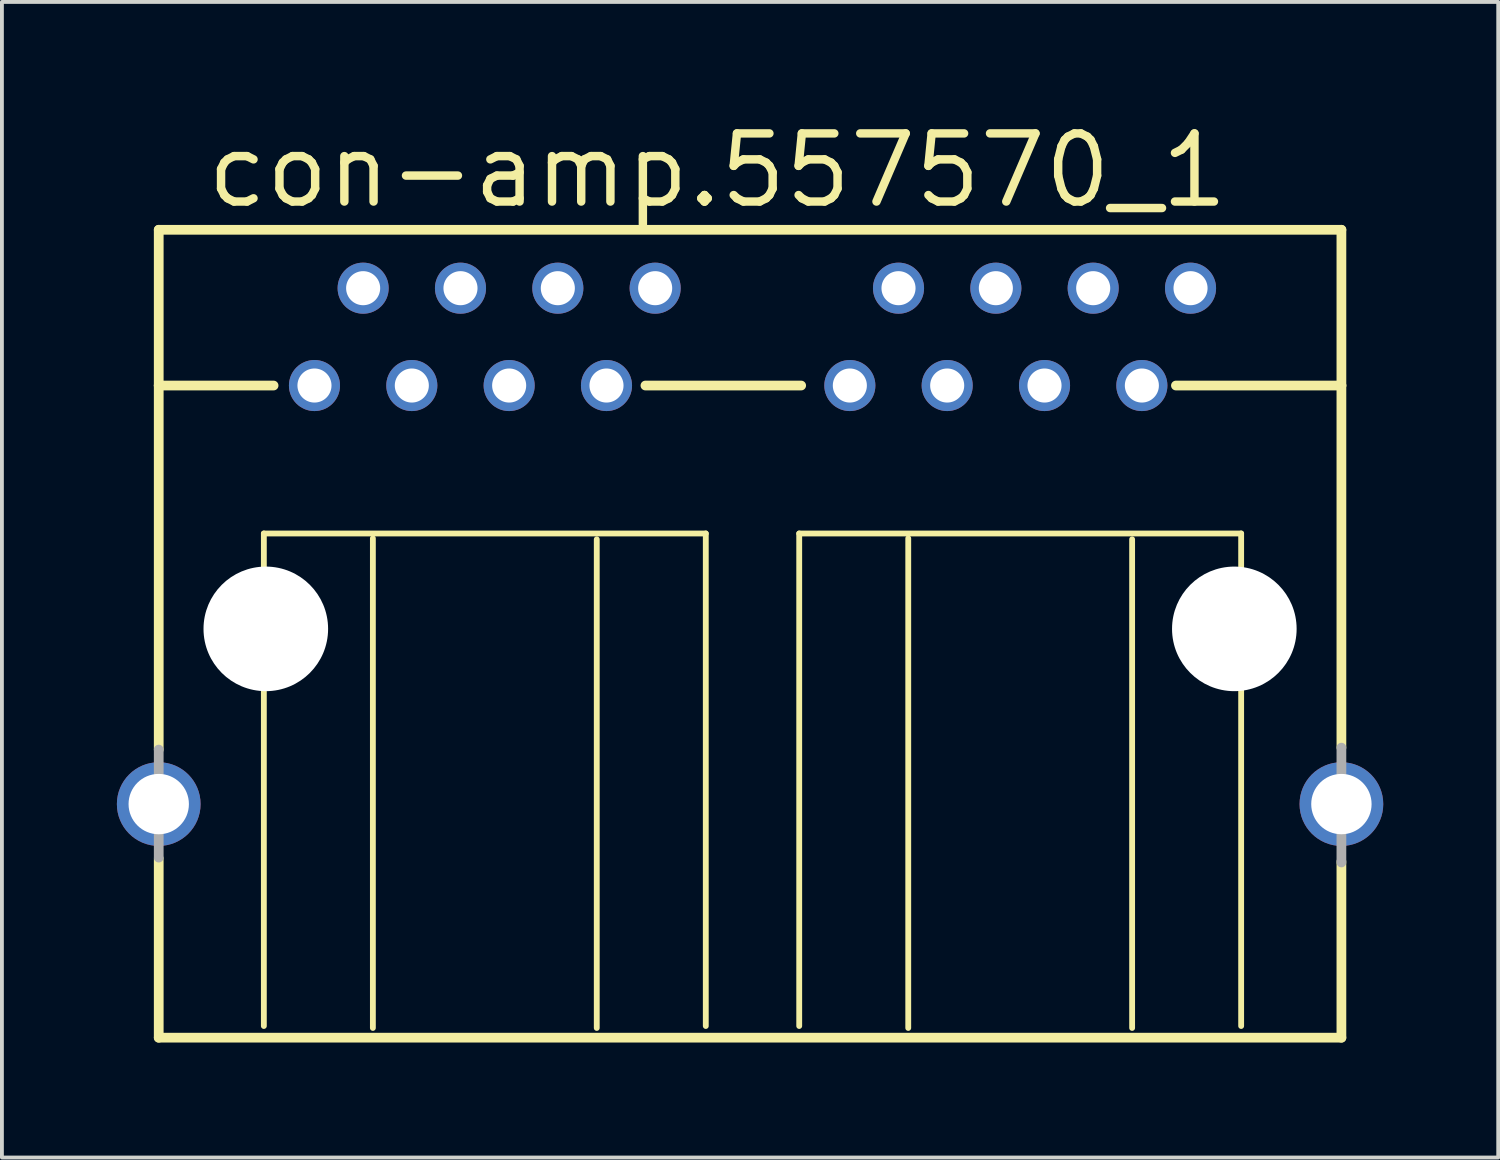
<source format=kicad_pcb>
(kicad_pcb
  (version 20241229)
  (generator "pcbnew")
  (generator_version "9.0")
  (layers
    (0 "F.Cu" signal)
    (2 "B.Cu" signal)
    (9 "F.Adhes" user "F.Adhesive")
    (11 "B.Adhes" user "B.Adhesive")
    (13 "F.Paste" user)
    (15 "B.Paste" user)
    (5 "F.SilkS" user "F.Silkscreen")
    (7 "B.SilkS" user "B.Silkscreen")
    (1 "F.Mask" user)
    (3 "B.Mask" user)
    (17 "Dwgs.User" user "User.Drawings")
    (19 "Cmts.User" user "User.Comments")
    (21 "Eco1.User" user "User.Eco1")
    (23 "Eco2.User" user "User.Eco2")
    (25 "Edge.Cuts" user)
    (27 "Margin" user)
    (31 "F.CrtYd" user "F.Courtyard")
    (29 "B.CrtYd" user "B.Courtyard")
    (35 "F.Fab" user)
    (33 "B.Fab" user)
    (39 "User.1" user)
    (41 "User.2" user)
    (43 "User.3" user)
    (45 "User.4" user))
  (footprint "con-amp.557570_1"
    (layer "F.Cu")
    (at 16.586 13.36)
    (property "Reference" "con-amp.557570_1" (at -14.351 -10.922 0) (layer "F.SilkS") (effects (font (size 1.778 1.778) (thickness 0.22)) (justify left bottom)))
    (attr through_hole)
    (fp_line (start -15.494 -10.414) (end -15.494 -6.35) (stroke (width 0.254) (type default)) (layer "F.SilkS"))
    (fp_line (start -15.494 -6.35) (end -15.494 3.15) (stroke (width 0.254) (type default)) (layer "F.SilkS"))
    (fp_line (start -15.494 5.994) (end -15.494 10.668) (stroke (width 0.254) (type default)) (layer "F.SilkS"))
    (fp_line (start -15.494 10.668) (end 15.367 10.668) (stroke (width 0.254) (type default)) (layer "F.SilkS"))
    (fp_line (start -12.751 -2.489) (end -12.751 10.363) (stroke (width 0.152) (type default)) (layer "F.SilkS"))
    (fp_line (start -12.497 -6.35) (end -15.494 -6.35) (stroke (width 0.254) (type default)) (layer "F.SilkS"))
    (fp_line (start -9.906 10.414) (end -9.906 -2.362) (stroke (width 0.152) (type default)) (layer "F.SilkS"))
    (fp_line (start -4.064 -2.337) (end -4.064 10.414) (stroke (width 0.152) (type default)) (layer "F.SilkS"))
    (fp_line (start -2.794 -6.35) (end 1.27 -6.35) (stroke (width 0.254) (type default)) (layer "F.SilkS"))
    (fp_line (start -1.219 -2.489) (end -12.751 -2.489) (stroke (width 0.152) (type default)) (layer "F.SilkS"))
    (fp_line (start -1.219 10.363) (end -1.219 -2.489) (stroke (width 0.152) (type default)) (layer "F.SilkS"))
    (fp_line (start 1.219 -2.489) (end 1.219 10.363) (stroke (width 0.152) (type default)) (layer "F.SilkS"))
    (fp_line (start 4.064 10.414) (end 4.064 -2.362) (stroke (width 0.152) (type default)) (layer "F.SilkS"))
    (fp_line (start 9.906 -2.337) (end 9.906 10.414) (stroke (width 0.152) (type default)) (layer "F.SilkS"))
    (fp_line (start 11.049 -6.35) (end 15.367 -6.35) (stroke (width 0.254) (type default)) (layer "F.SilkS"))
    (fp_line (start 12.751 -2.489) (end 1.219 -2.489) (stroke (width 0.152) (type default)) (layer "F.SilkS"))
    (fp_line (start 12.751 10.363) (end 12.751 -2.489) (stroke (width 0.152) (type default)) (layer "F.SilkS"))
    (fp_line (start 15.367 -10.414) (end -15.494 -10.414) (stroke (width 0.254) (type default)) (layer "F.SilkS"))
    (fp_line (start 15.367 -6.35) (end 15.367 -10.414) (stroke (width 0.254) (type default)) (layer "F.SilkS"))
    (fp_line (start 15.367 3.099) (end 15.367 -6.35) (stroke (width 0.254) (type default)) (layer "F.SilkS"))
    (fp_line (start 15.367 10.668) (end 15.367 6.071) (stroke (width 0.254) (type default)) (layer "F.SilkS"))
    (fp_line (start -15.494 3.15) (end -15.494 5.969) (stroke (width 0.254) (type default)) (layer "F.Fab"))
    (fp_line (start 15.367 6.096) (end 15.367 3.099) (stroke (width 0.254) (type default)) (layer "F.Fab"))
    (pad "" np_thru_hole circle (at -12.7 0) (size 3.251 3.251) (drill 3.251) (layers "*.Cu" "*.Mask"))
    (pad "" np_thru_hole circle (at 12.573 0) (size 3.251 3.251) (drill 3.251) (layers "*.Cu" "*.Mask"))
    (pad "1-1" thru_hole circle (at -11.43 -6.35) (size 1.333 1.333) (drill 0.889) (layers "*.Cu" "*.Mask"))
    (pad "1-2" thru_hole circle (at -10.16 -8.89) (size 1.333 1.333) (drill 0.889) (layers "*.Cu" "*.Mask"))
    (pad "1-3" thru_hole circle (at -8.89 -6.35) (size 1.333 1.333) (drill 0.889) (layers "*.Cu" "*.Mask"))
    (pad "1-4" thru_hole circle (at -7.62 -8.89) (size 1.333 1.333) (drill 0.889) (layers "*.Cu" "*.Mask"))
    (pad "1-5" thru_hole circle (at -6.35 -6.35) (size 1.333 1.333) (drill 0.889) (layers "*.Cu" "*.Mask"))
    (pad "1-6" thru_hole circle (at -5.08 -8.89) (size 1.333 1.333) (drill 0.889) (layers "*.Cu" "*.Mask"))
    (pad "1-7" thru_hole circle (at -3.81 -6.35) (size 1.333 1.333) (drill 0.889) (layers "*.Cu" "*.Mask"))
    (pad "1-8" thru_hole circle (at -2.54 -8.89) (size 1.333 1.333) (drill 0.889) (layers "*.Cu" "*.Mask"))
    (pad "2-1" thru_hole circle (at 2.54 -6.35) (size 1.333 1.333) (drill 0.889) (layers "*.Cu" "*.Mask"))
    (pad "2-2" thru_hole circle (at 3.81 -8.89) (size 1.333 1.333) (drill 0.889) (layers "*.Cu" "*.Mask"))
    (pad "2-3" thru_hole circle (at 5.08 -6.35) (size 1.333 1.333) (drill 0.889) (layers "*.Cu" "*.Mask"))
    (pad "2-4" thru_hole circle (at 6.35 -8.89) (size 1.333 1.333) (drill 0.889) (layers "*.Cu" "*.Mask"))
    (pad "2-5" thru_hole circle (at 7.62 -6.35) (size 1.333 1.333) (drill 0.889) (layers "*.Cu" "*.Mask"))
    (pad "2-6" thru_hole circle (at 8.89 -8.89) (size 1.333 1.333) (drill 0.889) (layers "*.Cu" "*.Mask"))
    (pad "2-7" thru_hole circle (at 10.16 -6.35) (size 1.333 1.333) (drill 0.889) (layers "*.Cu" "*.Mask"))
    (pad "2-8" thru_hole circle (at 11.43 -8.89) (size 1.333 1.333) (drill 0.889) (layers "*.Cu" "*.Mask"))
    (pad "G1" thru_hole circle (at -15.494 4.572) (size 2.184 2.184) (drill 1.575) (layers "*.Cu" "*.Mask"))
    (pad "G3" thru_hole circle (at 15.367 4.572) (size 2.184 2.184) (drill 1.575) (layers "*.Cu" "*.Mask")))
  (gr_rect
    (start -3 -3)
    (end 36.045 27.155)
    (stroke (width 0.1) (type default))
    (fill no)
    (layer "Edge.Cuts")))
</source>
